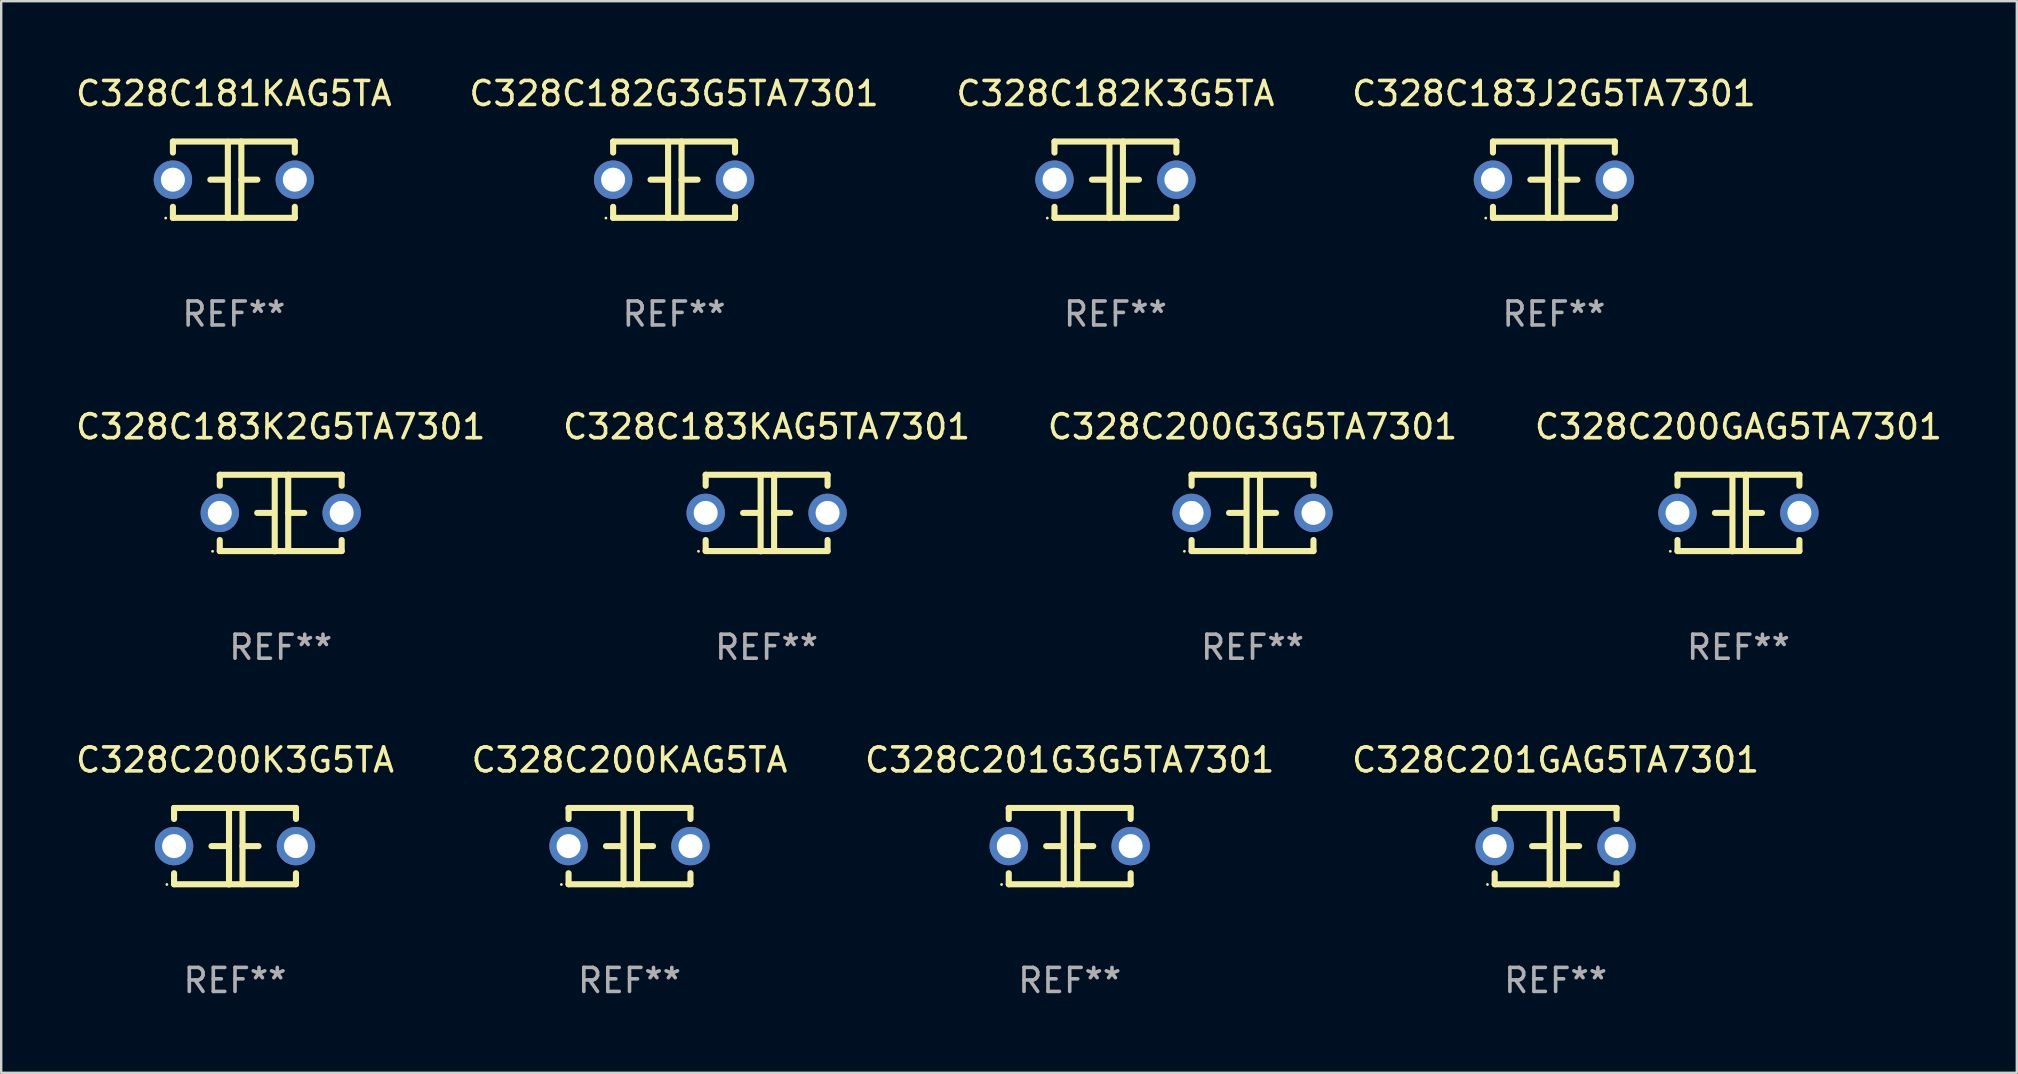
<source format=kicad_pcb>
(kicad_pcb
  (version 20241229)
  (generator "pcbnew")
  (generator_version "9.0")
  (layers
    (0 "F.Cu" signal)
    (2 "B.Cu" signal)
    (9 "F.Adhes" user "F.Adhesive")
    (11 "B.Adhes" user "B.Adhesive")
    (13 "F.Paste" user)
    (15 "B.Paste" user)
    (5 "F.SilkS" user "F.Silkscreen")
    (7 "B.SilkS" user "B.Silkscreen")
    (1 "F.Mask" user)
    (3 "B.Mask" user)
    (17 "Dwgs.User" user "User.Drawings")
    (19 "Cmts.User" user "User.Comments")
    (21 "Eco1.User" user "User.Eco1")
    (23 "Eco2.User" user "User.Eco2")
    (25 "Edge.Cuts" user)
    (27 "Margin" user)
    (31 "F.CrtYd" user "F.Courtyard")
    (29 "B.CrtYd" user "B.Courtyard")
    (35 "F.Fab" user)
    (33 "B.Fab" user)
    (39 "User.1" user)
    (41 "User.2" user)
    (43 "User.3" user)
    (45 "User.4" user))
  (footprint "C328C183KAG5TA7301"
    (layer "F.Cu")
    (at 28.899 18.33)
    (property "Reference" "C328C183KAG5TA7301" (at 0 -3.595 0) (layer "F.SilkS") (effects (font (size 1 1) (thickness 0.15))))
    (attr through_hole)
    (fp_line (start -2.54 -1.595) (end -2.54 -1.136) (stroke (width 0.254) (type solid)) (layer "F.SilkS"))
    (fp_line (start -2.54 -1.595) (end 2.54 -1.595) (stroke (width 0.254) (type solid)) (layer "F.SilkS"))
    (fp_line (start -2.54 1.126) (end -2.54 1.585) (stroke (width 0.254) (type solid)) (layer "F.SilkS"))
    (fp_line (start -0.312 -0.005) (end -0.98 -0.005) (stroke (width 0.254) (type solid)) (layer "F.SilkS"))
    (fp_line (start -0.25 -1.585) (end -0.25 1.595) (stroke (width 0.254) (type solid)) (layer "F.SilkS"))
    (fp_line (start 0.312 -1.595) (end 0.312 1.585) (stroke (width 0.254) (type solid)) (layer "F.SilkS"))
    (fp_line (start 0.312 -0.005) (end 0.98 -0.005) (stroke (width 0.254) (type solid)) (layer "F.SilkS"))
    (fp_line (start 2.54 -1.595) (end 2.54 -1.136) (stroke (width 0.254) (type solid)) (layer "F.SilkS"))
    (fp_line (start 2.54 1.126) (end 2.54 1.585) (stroke (width 0.254) (type solid)) (layer "F.SilkS"))
    (fp_line (start 2.54 1.585) (end -2.54 1.585) (stroke (width 0.254) (type solid)) (layer "F.SilkS"))
    (fp_circle (center -2.84 1.595) (end -2.81 1.595) (stroke (width 0.06) (type solid)) (fill no) (layer "F.SilkS"))
    (fp_text user "REF**" (at 0 5.595 0) (layer "F.Fab") (effects (font (size 1 1) (thickness 0.15))))
    (pad "1" thru_hole circle (at -2.54 -0.005) (size 1.6 1.6) (drill 1) (layers "*.Cu" "*.Mask"))
    (pad "2" thru_hole circle (at 2.54 -0.005) (size 1.6 1.6) (drill 1) (layers "*.Cu" "*.Mask")))
  (footprint "C328C201G3G5TA7301"
    (layer "F.Cu")
    (at 41.53 32.216)
    (property "Reference" "C328C201G3G5TA7301" (at 0 -3.595 0) (layer "F.SilkS") (effects (font (size 1 1) (thickness 0.15))))
    (attr through_hole)
    (fp_line (start -2.54 -1.595) (end -2.54 -1.136) (stroke (width 0.254) (type solid)) (layer "F.SilkS"))
    (fp_line (start -2.54 -1.595) (end 2.54 -1.595) (stroke (width 0.254) (type solid)) (layer "F.SilkS"))
    (fp_line (start -2.54 1.126) (end -2.54 1.585) (stroke (width 0.254) (type solid)) (layer "F.SilkS"))
    (fp_line (start -0.312 -0.005) (end -0.98 -0.005) (stroke (width 0.254) (type solid)) (layer "F.SilkS"))
    (fp_line (start -0.25 -1.585) (end -0.25 1.595) (stroke (width 0.254) (type solid)) (layer "F.SilkS"))
    (fp_line (start 0.312 -1.595) (end 0.312 1.585) (stroke (width 0.254) (type solid)) (layer "F.SilkS"))
    (fp_line (start 0.312 -0.005) (end 0.98 -0.005) (stroke (width 0.254) (type solid)) (layer "F.SilkS"))
    (fp_line (start 2.54 -1.595) (end 2.54 -1.136) (stroke (width 0.254) (type solid)) (layer "F.SilkS"))
    (fp_line (start 2.54 1.126) (end 2.54 1.585) (stroke (width 0.254) (type solid)) (layer "F.SilkS"))
    (fp_line (start 2.54 1.585) (end -2.54 1.585) (stroke (width 0.254) (type solid)) (layer "F.SilkS"))
    (fp_circle (center -2.84 1.595) (end -2.81 1.595) (stroke (width 0.06) (type solid)) (fill no) (layer "F.SilkS"))
    (fp_text user "REF**" (at 0 5.595 0) (layer "F.Fab") (effects (font (size 1 1) (thickness 0.15))))
    (pad "1" thru_hole circle (at -2.54 -0.005) (size 1.6 1.6) (drill 1) (layers "*.Cu" "*.Mask"))
    (pad "2" thru_hole circle (at 2.54 -0.005) (size 1.6 1.6) (drill 1) (layers "*.Cu" "*.Mask")))
  (footprint "C328C200GAG5TA7301"
    (layer "F.Cu")
    (at 69.399 18.33)
    (property "Reference" "C328C200GAG5TA7301" (at 0 -3.595 0) (layer "F.SilkS") (effects (font (size 1 1) (thickness 0.15))))
    (attr through_hole)
    (fp_line (start -2.54 -1.595) (end -2.54 -1.136) (stroke (width 0.254) (type solid)) (layer "F.SilkS"))
    (fp_line (start -2.54 -1.595) (end 2.54 -1.595) (stroke (width 0.254) (type solid)) (layer "F.SilkS"))
    (fp_line (start -2.54 1.126) (end -2.54 1.585) (stroke (width 0.254) (type solid)) (layer "F.SilkS"))
    (fp_line (start -0.312 -0.005) (end -0.98 -0.005) (stroke (width 0.254) (type solid)) (layer "F.SilkS"))
    (fp_line (start -0.25 -1.585) (end -0.25 1.595) (stroke (width 0.254) (type solid)) (layer "F.SilkS"))
    (fp_line (start 0.312 -1.595) (end 0.312 1.585) (stroke (width 0.254) (type solid)) (layer "F.SilkS"))
    (fp_line (start 0.312 -0.005) (end 0.98 -0.005) (stroke (width 0.254) (type solid)) (layer "F.SilkS"))
    (fp_line (start 2.54 -1.595) (end 2.54 -1.136) (stroke (width 0.254) (type solid)) (layer "F.SilkS"))
    (fp_line (start 2.54 1.126) (end 2.54 1.585) (stroke (width 0.254) (type solid)) (layer "F.SilkS"))
    (fp_line (start 2.54 1.585) (end -2.54 1.585) (stroke (width 0.254) (type solid)) (layer "F.SilkS"))
    (fp_circle (center -2.84 1.595) (end -2.81 1.595) (stroke (width 0.06) (type solid)) (fill no) (layer "F.SilkS"))
    (fp_text user "REF**" (at 0 5.595 0) (layer "F.Fab") (effects (font (size 1 1) (thickness 0.15))))
    (pad "1" thru_hole circle (at -2.54 -0.005) (size 1.6 1.6) (drill 1) (layers "*.Cu" "*.Mask"))
    (pad "2" thru_hole circle (at 2.54 -0.005) (size 1.6 1.6) (drill 1) (layers "*.Cu" "*.Mask")))
  (footprint "C328C181KAG5TA"
    (layer "F.Cu")
    (at 6.696 4.443)
    (property "Reference" "C328C181KAG5TA" (at 0 -3.595 0) (layer "F.SilkS") (effects (font (size 1 1) (thickness 0.15))))
    (attr through_hole)
    (fp_line (start -2.54 -1.595) (end -2.54 -1.136) (stroke (width 0.254) (type solid)) (layer "F.SilkS"))
    (fp_line (start -2.54 -1.595) (end 2.54 -1.595) (stroke (width 0.254) (type solid)) (layer "F.SilkS"))
    (fp_line (start -2.54 1.126) (end -2.54 1.585) (stroke (width 0.254) (type solid)) (layer "F.SilkS"))
    (fp_line (start -0.312 -0.005) (end -0.98 -0.005) (stroke (width 0.254) (type solid)) (layer "F.SilkS"))
    (fp_line (start -0.25 -1.585) (end -0.25 1.595) (stroke (width 0.254) (type solid)) (layer "F.SilkS"))
    (fp_line (start 0.312 -1.595) (end 0.312 1.585) (stroke (width 0.254) (type solid)) (layer "F.SilkS"))
    (fp_line (start 0.312 -0.005) (end 0.98 -0.005) (stroke (width 0.254) (type solid)) (layer "F.SilkS"))
    (fp_line (start 2.54 -1.595) (end 2.54 -1.136) (stroke (width 0.254) (type solid)) (layer "F.SilkS"))
    (fp_line (start 2.54 1.126) (end 2.54 1.585) (stroke (width 0.254) (type solid)) (layer "F.SilkS"))
    (fp_line (start 2.54 1.585) (end -2.54 1.585) (stroke (width 0.254) (type solid)) (layer "F.SilkS"))
    (fp_circle (center -2.84 1.595) (end -2.81 1.595) (stroke (width 0.06) (type solid)) (fill no) (layer "F.SilkS"))
    (fp_text user "REF**" (at 0 5.595 0) (layer "F.Fab") (effects (font (size 1 1) (thickness 0.15))))
    (pad "1" thru_hole circle (at -2.54 -0.005) (size 1.6 1.6) (drill 1) (layers "*.Cu" "*.Mask"))
    (pad "2" thru_hole circle (at 2.54 -0.005) (size 1.6 1.6) (drill 1) (layers "*.Cu" "*.Mask")))
  (footprint "C328C183K2G5TA7301"
    (layer "F.Cu")
    (at 8.649 18.33)
    (property "Reference" "C328C183K2G5TA7301" (at 0 -3.595 0) (layer "F.SilkS") (effects (font (size 1 1) (thickness 0.15))))
    (attr through_hole)
    (fp_line (start -2.54 -1.595) (end -2.54 -1.136) (stroke (width 0.254) (type solid)) (layer "F.SilkS"))
    (fp_line (start -2.54 -1.595) (end 2.54 -1.595) (stroke (width 0.254) (type solid)) (layer "F.SilkS"))
    (fp_line (start -2.54 1.126) (end -2.54 1.585) (stroke (width 0.254) (type solid)) (layer "F.SilkS"))
    (fp_line (start -0.312 -0.005) (end -0.98 -0.005) (stroke (width 0.254) (type solid)) (layer "F.SilkS"))
    (fp_line (start -0.25 -1.585) (end -0.25 1.595) (stroke (width 0.254) (type solid)) (layer "F.SilkS"))
    (fp_line (start 0.312 -1.595) (end 0.312 1.585) (stroke (width 0.254) (type solid)) (layer "F.SilkS"))
    (fp_line (start 0.312 -0.005) (end 0.98 -0.005) (stroke (width 0.254) (type solid)) (layer "F.SilkS"))
    (fp_line (start 2.54 -1.595) (end 2.54 -1.136) (stroke (width 0.254) (type solid)) (layer "F.SilkS"))
    (fp_line (start 2.54 1.126) (end 2.54 1.585) (stroke (width 0.254) (type solid)) (layer "F.SilkS"))
    (fp_line (start 2.54 1.585) (end -2.54 1.585) (stroke (width 0.254) (type solid)) (layer "F.SilkS"))
    (fp_circle (center -2.84 1.595) (end -2.81 1.595) (stroke (width 0.06) (type solid)) (fill no) (layer "F.SilkS"))
    (fp_text user "REF**" (at 0 5.595 0) (layer "F.Fab") (effects (font (size 1 1) (thickness 0.15))))
    (pad "1" thru_hole circle (at -2.54 -0.005) (size 1.6 1.6) (drill 1) (layers "*.Cu" "*.Mask"))
    (pad "2" thru_hole circle (at 2.54 -0.005) (size 1.6 1.6) (drill 1) (layers "*.Cu" "*.Mask")))
  (footprint "C328C200K3G5TA"
    (layer "F.Cu")
    (at 6.744 32.216)
    (property "Reference" "C328C200K3G5TA" (at 0 -3.595 0) (layer "F.SilkS") (effects (font (size 1 1) (thickness 0.15))))
    (attr through_hole)
    (fp_line (start -2.54 -1.595) (end -2.54 -1.136) (stroke (width 0.254) (type solid)) (layer "F.SilkS"))
    (fp_line (start -2.54 -1.595) (end 2.54 -1.595) (stroke (width 0.254) (type solid)) (layer "F.SilkS"))
    (fp_line (start -2.54 1.126) (end -2.54 1.585) (stroke (width 0.254) (type solid)) (layer "F.SilkS"))
    (fp_line (start -0.312 -0.005) (end -0.98 -0.005) (stroke (width 0.254) (type solid)) (layer "F.SilkS"))
    (fp_line (start -0.25 -1.585) (end -0.25 1.595) (stroke (width 0.254) (type solid)) (layer "F.SilkS"))
    (fp_line (start 0.312 -1.595) (end 0.312 1.585) (stroke (width 0.254) (type solid)) (layer "F.SilkS"))
    (fp_line (start 0.312 -0.005) (end 0.98 -0.005) (stroke (width 0.254) (type solid)) (layer "F.SilkS"))
    (fp_line (start 2.54 -1.595) (end 2.54 -1.136) (stroke (width 0.254) (type solid)) (layer "F.SilkS"))
    (fp_line (start 2.54 1.126) (end 2.54 1.585) (stroke (width 0.254) (type solid)) (layer "F.SilkS"))
    (fp_line (start 2.54 1.585) (end -2.54 1.585) (stroke (width 0.254) (type solid)) (layer "F.SilkS"))
    (fp_circle (center -2.84 1.595) (end -2.81 1.595) (stroke (width 0.06) (type solid)) (fill no) (layer "F.SilkS"))
    (fp_text user "REF**" (at 0 5.595 0) (layer "F.Fab") (effects (font (size 1 1) (thickness 0.15))))
    (pad "1" thru_hole circle (at -2.54 -0.005) (size 1.6 1.6) (drill 1) (layers "*.Cu" "*.Mask"))
    (pad "2" thru_hole circle (at 2.54 -0.005) (size 1.6 1.6) (drill 1) (layers "*.Cu" "*.Mask")))
  (footprint "C328C200G3G5TA7301"
    (layer "F.Cu")
    (at 49.149 18.33)
    (property "Reference" "C328C200G3G5TA7301" (at 0 -3.595 0) (layer "F.SilkS") (effects (font (size 1 1) (thickness 0.15))))
    (attr through_hole)
    (fp_line (start -2.54 -1.595) (end -2.54 -1.136) (stroke (width 0.254) (type solid)) (layer "F.SilkS"))
    (fp_line (start -2.54 -1.595) (end 2.54 -1.595) (stroke (width 0.254) (type solid)) (layer "F.SilkS"))
    (fp_line (start -2.54 1.126) (end -2.54 1.585) (stroke (width 0.254) (type solid)) (layer "F.SilkS"))
    (fp_line (start -0.312 -0.005) (end -0.98 -0.005) (stroke (width 0.254) (type solid)) (layer "F.SilkS"))
    (fp_line (start -0.25 -1.585) (end -0.25 1.595) (stroke (width 0.254) (type solid)) (layer "F.SilkS"))
    (fp_line (start 0.312 -1.595) (end 0.312 1.585) (stroke (width 0.254) (type solid)) (layer "F.SilkS"))
    (fp_line (start 0.312 -0.005) (end 0.98 -0.005) (stroke (width 0.254) (type solid)) (layer "F.SilkS"))
    (fp_line (start 2.54 -1.595) (end 2.54 -1.136) (stroke (width 0.254) (type solid)) (layer "F.SilkS"))
    (fp_line (start 2.54 1.126) (end 2.54 1.585) (stroke (width 0.254) (type solid)) (layer "F.SilkS"))
    (fp_line (start 2.54 1.585) (end -2.54 1.585) (stroke (width 0.254) (type solid)) (layer "F.SilkS"))
    (fp_circle (center -2.84 1.595) (end -2.81 1.595) (stroke (width 0.06) (type solid)) (fill no) (layer "F.SilkS"))
    (fp_text user "REF**" (at 0 5.595 0) (layer "F.Fab") (effects (font (size 1 1) (thickness 0.15))))
    (pad "1" thru_hole circle (at -2.54 -0.005) (size 1.6 1.6) (drill 1) (layers "*.Cu" "*.Mask"))
    (pad "2" thru_hole circle (at 2.54 -0.005) (size 1.6 1.6) (drill 1) (layers "*.Cu" "*.Mask")))
  (footprint "C328C183J2G5TA7301"
    (layer "F.Cu")
    (at 61.708 4.443)
    (property "Reference" "C328C183J2G5TA7301" (at 0 -3.595 0) (layer "F.SilkS") (effects (font (size 1 1) (thickness 0.15))))
    (attr through_hole)
    (fp_line (start -2.54 -1.595) (end -2.54 -1.136) (stroke (width 0.254) (type solid)) (layer "F.SilkS"))
    (fp_line (start -2.54 -1.595) (end 2.54 -1.595) (stroke (width 0.254) (type solid)) (layer "F.SilkS"))
    (fp_line (start -2.54 1.126) (end -2.54 1.585) (stroke (width 0.254) (type solid)) (layer "F.SilkS"))
    (fp_line (start -0.312 -0.005) (end -0.98 -0.005) (stroke (width 0.254) (type solid)) (layer "F.SilkS"))
    (fp_line (start -0.25 -1.585) (end -0.25 1.595) (stroke (width 0.254) (type solid)) (layer "F.SilkS"))
    (fp_line (start 0.312 -1.595) (end 0.312 1.585) (stroke (width 0.254) (type solid)) (layer "F.SilkS"))
    (fp_line (start 0.312 -0.005) (end 0.98 -0.005) (stroke (width 0.254) (type solid)) (layer "F.SilkS"))
    (fp_line (start 2.54 -1.595) (end 2.54 -1.136) (stroke (width 0.254) (type solid)) (layer "F.SilkS"))
    (fp_line (start 2.54 1.126) (end 2.54 1.585) (stroke (width 0.254) (type solid)) (layer "F.SilkS"))
    (fp_line (start 2.54 1.585) (end -2.54 1.585) (stroke (width 0.254) (type solid)) (layer "F.SilkS"))
    (fp_circle (center -2.84 1.595) (end -2.81 1.595) (stroke (width 0.06) (type solid)) (fill no) (layer "F.SilkS"))
    (fp_text user "REF**" (at 0 5.595 0) (layer "F.Fab") (effects (font (size 1 1) (thickness 0.15))))
    (pad "1" thru_hole circle (at -2.54 -0.005) (size 1.6 1.6) (drill 1) (layers "*.Cu" "*.Mask"))
    (pad "2" thru_hole circle (at 2.54 -0.005) (size 1.6 1.6) (drill 1) (layers "*.Cu" "*.Mask")))
  (footprint "C328C182K3G5TA"
    (layer "F.Cu")
    (at 43.435 4.443)
    (property "Reference" "C328C182K3G5TA" (at 0 -3.595 0) (layer "F.SilkS") (effects (font (size 1 1) (thickness 0.15))))
    (attr through_hole)
    (fp_line (start -2.54 -1.595) (end -2.54 -1.136) (stroke (width 0.254) (type solid)) (layer "F.SilkS"))
    (fp_line (start -2.54 -1.595) (end 2.54 -1.595) (stroke (width 0.254) (type solid)) (layer "F.SilkS"))
    (fp_line (start -2.54 1.126) (end -2.54 1.585) (stroke (width 0.254) (type solid)) (layer "F.SilkS"))
    (fp_line (start -0.312 -0.005) (end -0.98 -0.005) (stroke (width 0.254) (type solid)) (layer "F.SilkS"))
    (fp_line (start -0.25 -1.585) (end -0.25 1.595) (stroke (width 0.254) (type solid)) (layer "F.SilkS"))
    (fp_line (start 0.312 -1.595) (end 0.312 1.585) (stroke (width 0.254) (type solid)) (layer "F.SilkS"))
    (fp_line (start 0.312 -0.005) (end 0.98 -0.005) (stroke (width 0.254) (type solid)) (layer "F.SilkS"))
    (fp_line (start 2.54 -1.595) (end 2.54 -1.136) (stroke (width 0.254) (type solid)) (layer "F.SilkS"))
    (fp_line (start 2.54 1.126) (end 2.54 1.585) (stroke (width 0.254) (type solid)) (layer "F.SilkS"))
    (fp_line (start 2.54 1.585) (end -2.54 1.585) (stroke (width 0.254) (type solid)) (layer "F.SilkS"))
    (fp_circle (center -2.84 1.595) (end -2.81 1.595) (stroke (width 0.06) (type solid)) (fill no) (layer "F.SilkS"))
    (fp_text user "REF**" (at 0 5.595 0) (layer "F.Fab") (effects (font (size 1 1) (thickness 0.15))))
    (pad "1" thru_hole circle (at -2.54 -0.005) (size 1.6 1.6) (drill 1) (layers "*.Cu" "*.Mask"))
    (pad "2" thru_hole circle (at 2.54 -0.005) (size 1.6 1.6) (drill 1) (layers "*.Cu" "*.Mask")))
  (footprint "C328C200KAG5TA"
    (layer "F.Cu")
    (at 23.185 32.216)
    (property "Reference" "C328C200KAG5TA" (at 0 -3.595 0) (layer "F.SilkS") (effects (font (size 1 1) (thickness 0.15))))
    (attr through_hole)
    (fp_line (start -2.54 -1.595) (end -2.54 -1.136) (stroke (width 0.254) (type solid)) (layer "F.SilkS"))
    (fp_line (start -2.54 -1.595) (end 2.54 -1.595) (stroke (width 0.254) (type solid)) (layer "F.SilkS"))
    (fp_line (start -2.54 1.126) (end -2.54 1.585) (stroke (width 0.254) (type solid)) (layer "F.SilkS"))
    (fp_line (start -0.312 -0.005) (end -0.98 -0.005) (stroke (width 0.254) (type solid)) (layer "F.SilkS"))
    (fp_line (start -0.25 -1.585) (end -0.25 1.595) (stroke (width 0.254) (type solid)) (layer "F.SilkS"))
    (fp_line (start 0.312 -1.595) (end 0.312 1.585) (stroke (width 0.254) (type solid)) (layer "F.SilkS"))
    (fp_line (start 0.312 -0.005) (end 0.98 -0.005) (stroke (width 0.254) (type solid)) (layer "F.SilkS"))
    (fp_line (start 2.54 -1.595) (end 2.54 -1.136) (stroke (width 0.254) (type solid)) (layer "F.SilkS"))
    (fp_line (start 2.54 1.126) (end 2.54 1.585) (stroke (width 0.254) (type solid)) (layer "F.SilkS"))
    (fp_line (start 2.54 1.585) (end -2.54 1.585) (stroke (width 0.254) (type solid)) (layer "F.SilkS"))
    (fp_circle (center -2.84 1.595) (end -2.81 1.595) (stroke (width 0.06) (type solid)) (fill no) (layer "F.SilkS"))
    (fp_text user "REF**" (at 0 5.595 0) (layer "F.Fab") (effects (font (size 1 1) (thickness 0.15))))
    (pad "1" thru_hole circle (at -2.54 -0.005) (size 1.6 1.6) (drill 1) (layers "*.Cu" "*.Mask"))
    (pad "2" thru_hole circle (at 2.54 -0.005) (size 1.6 1.6) (drill 1) (layers "*.Cu" "*.Mask")))
  (footprint "C328C201GAG5TA7301"
    (layer "F.Cu")
    (at 61.78 32.216)
    (property "Reference" "C328C201GAG5TA7301" (at 0 -3.595 0) (layer "F.SilkS") (effects (font (size 1 1) (thickness 0.15))))
    (attr through_hole)
    (fp_line (start -2.54 -1.595) (end -2.54 -1.136) (stroke (width 0.254) (type solid)) (layer "F.SilkS"))
    (fp_line (start -2.54 -1.595) (end 2.54 -1.595) (stroke (width 0.254) (type solid)) (layer "F.SilkS"))
    (fp_line (start -2.54 1.126) (end -2.54 1.585) (stroke (width 0.254) (type solid)) (layer "F.SilkS"))
    (fp_line (start -0.312 -0.005) (end -0.98 -0.005) (stroke (width 0.254) (type solid)) (layer "F.SilkS"))
    (fp_line (start -0.25 -1.585) (end -0.25 1.595) (stroke (width 0.254) (type solid)) (layer "F.SilkS"))
    (fp_line (start 0.312 -1.595) (end 0.312 1.585) (stroke (width 0.254) (type solid)) (layer "F.SilkS"))
    (fp_line (start 0.312 -0.005) (end 0.98 -0.005) (stroke (width 0.254) (type solid)) (layer "F.SilkS"))
    (fp_line (start 2.54 -1.595) (end 2.54 -1.136) (stroke (width 0.254) (type solid)) (layer "F.SilkS"))
    (fp_line (start 2.54 1.126) (end 2.54 1.585) (stroke (width 0.254) (type solid)) (layer "F.SilkS"))
    (fp_line (start 2.54 1.585) (end -2.54 1.585) (stroke (width 0.254) (type solid)) (layer "F.SilkS"))
    (fp_circle (center -2.84 1.595) (end -2.81 1.595) (stroke (width 0.06) (type solid)) (fill no) (layer "F.SilkS"))
    (fp_text user "REF**" (at 0 5.595 0) (layer "F.Fab") (effects (font (size 1 1) (thickness 0.15))))
    (pad "1" thru_hole circle (at -2.54 -0.005) (size 1.6 1.6) (drill 1) (layers "*.Cu" "*.Mask"))
    (pad "2" thru_hole circle (at 2.54 -0.005) (size 1.6 1.6) (drill 1) (layers "*.Cu" "*.Mask")))
  (footprint "C328C182G3G5TA7301"
    (layer "F.Cu")
    (at 25.042 4.443)
    (property "Reference" "C328C182G3G5TA7301" (at 0 -3.595 0) (layer "F.SilkS") (effects (font (size 1 1) (thickness 0.15))))
    (attr through_hole)
    (fp_line (start -2.54 -1.595) (end -2.54 -1.136) (stroke (width 0.254) (type solid)) (layer "F.SilkS"))
    (fp_line (start -2.54 -1.595) (end 2.54 -1.595) (stroke (width 0.254) (type solid)) (layer "F.SilkS"))
    (fp_line (start -2.54 1.126) (end -2.54 1.585) (stroke (width 0.254) (type solid)) (layer "F.SilkS"))
    (fp_line (start -0.312 -0.005) (end -0.98 -0.005) (stroke (width 0.254) (type solid)) (layer "F.SilkS"))
    (fp_line (start -0.25 -1.585) (end -0.25 1.595) (stroke (width 0.254) (type solid)) (layer "F.SilkS"))
    (fp_line (start 0.312 -1.595) (end 0.312 1.585) (stroke (width 0.254) (type solid)) (layer "F.SilkS"))
    (fp_line (start 0.312 -0.005) (end 0.98 -0.005) (stroke (width 0.254) (type solid)) (layer "F.SilkS"))
    (fp_line (start 2.54 -1.595) (end 2.54 -1.136) (stroke (width 0.254) (type solid)) (layer "F.SilkS"))
    (fp_line (start 2.54 1.126) (end 2.54 1.585) (stroke (width 0.254) (type solid)) (layer "F.SilkS"))
    (fp_line (start 2.54 1.585) (end -2.54 1.585) (stroke (width 0.254) (type solid)) (layer "F.SilkS"))
    (fp_circle (center -2.84 1.595) (end -2.81 1.595) (stroke (width 0.06) (type solid)) (fill no) (layer "F.SilkS"))
    (fp_text user "REF**" (at 0 5.595 0) (layer "F.Fab") (effects (font (size 1 1) (thickness 0.15))))
    (pad "1" thru_hole circle (at -2.54 -0.005) (size 1.6 1.6) (drill 1) (layers "*.Cu" "*.Mask"))
    (pad "2" thru_hole circle (at 2.54 -0.005) (size 1.6 1.6) (drill 1) (layers "*.Cu" "*.Mask")))
  (gr_rect
    (start -3 -3)
    (end 81 41.659)
    (stroke (width 0.1) (type default))
    (fill no)
    (layer "Edge.Cuts")))
</source>
